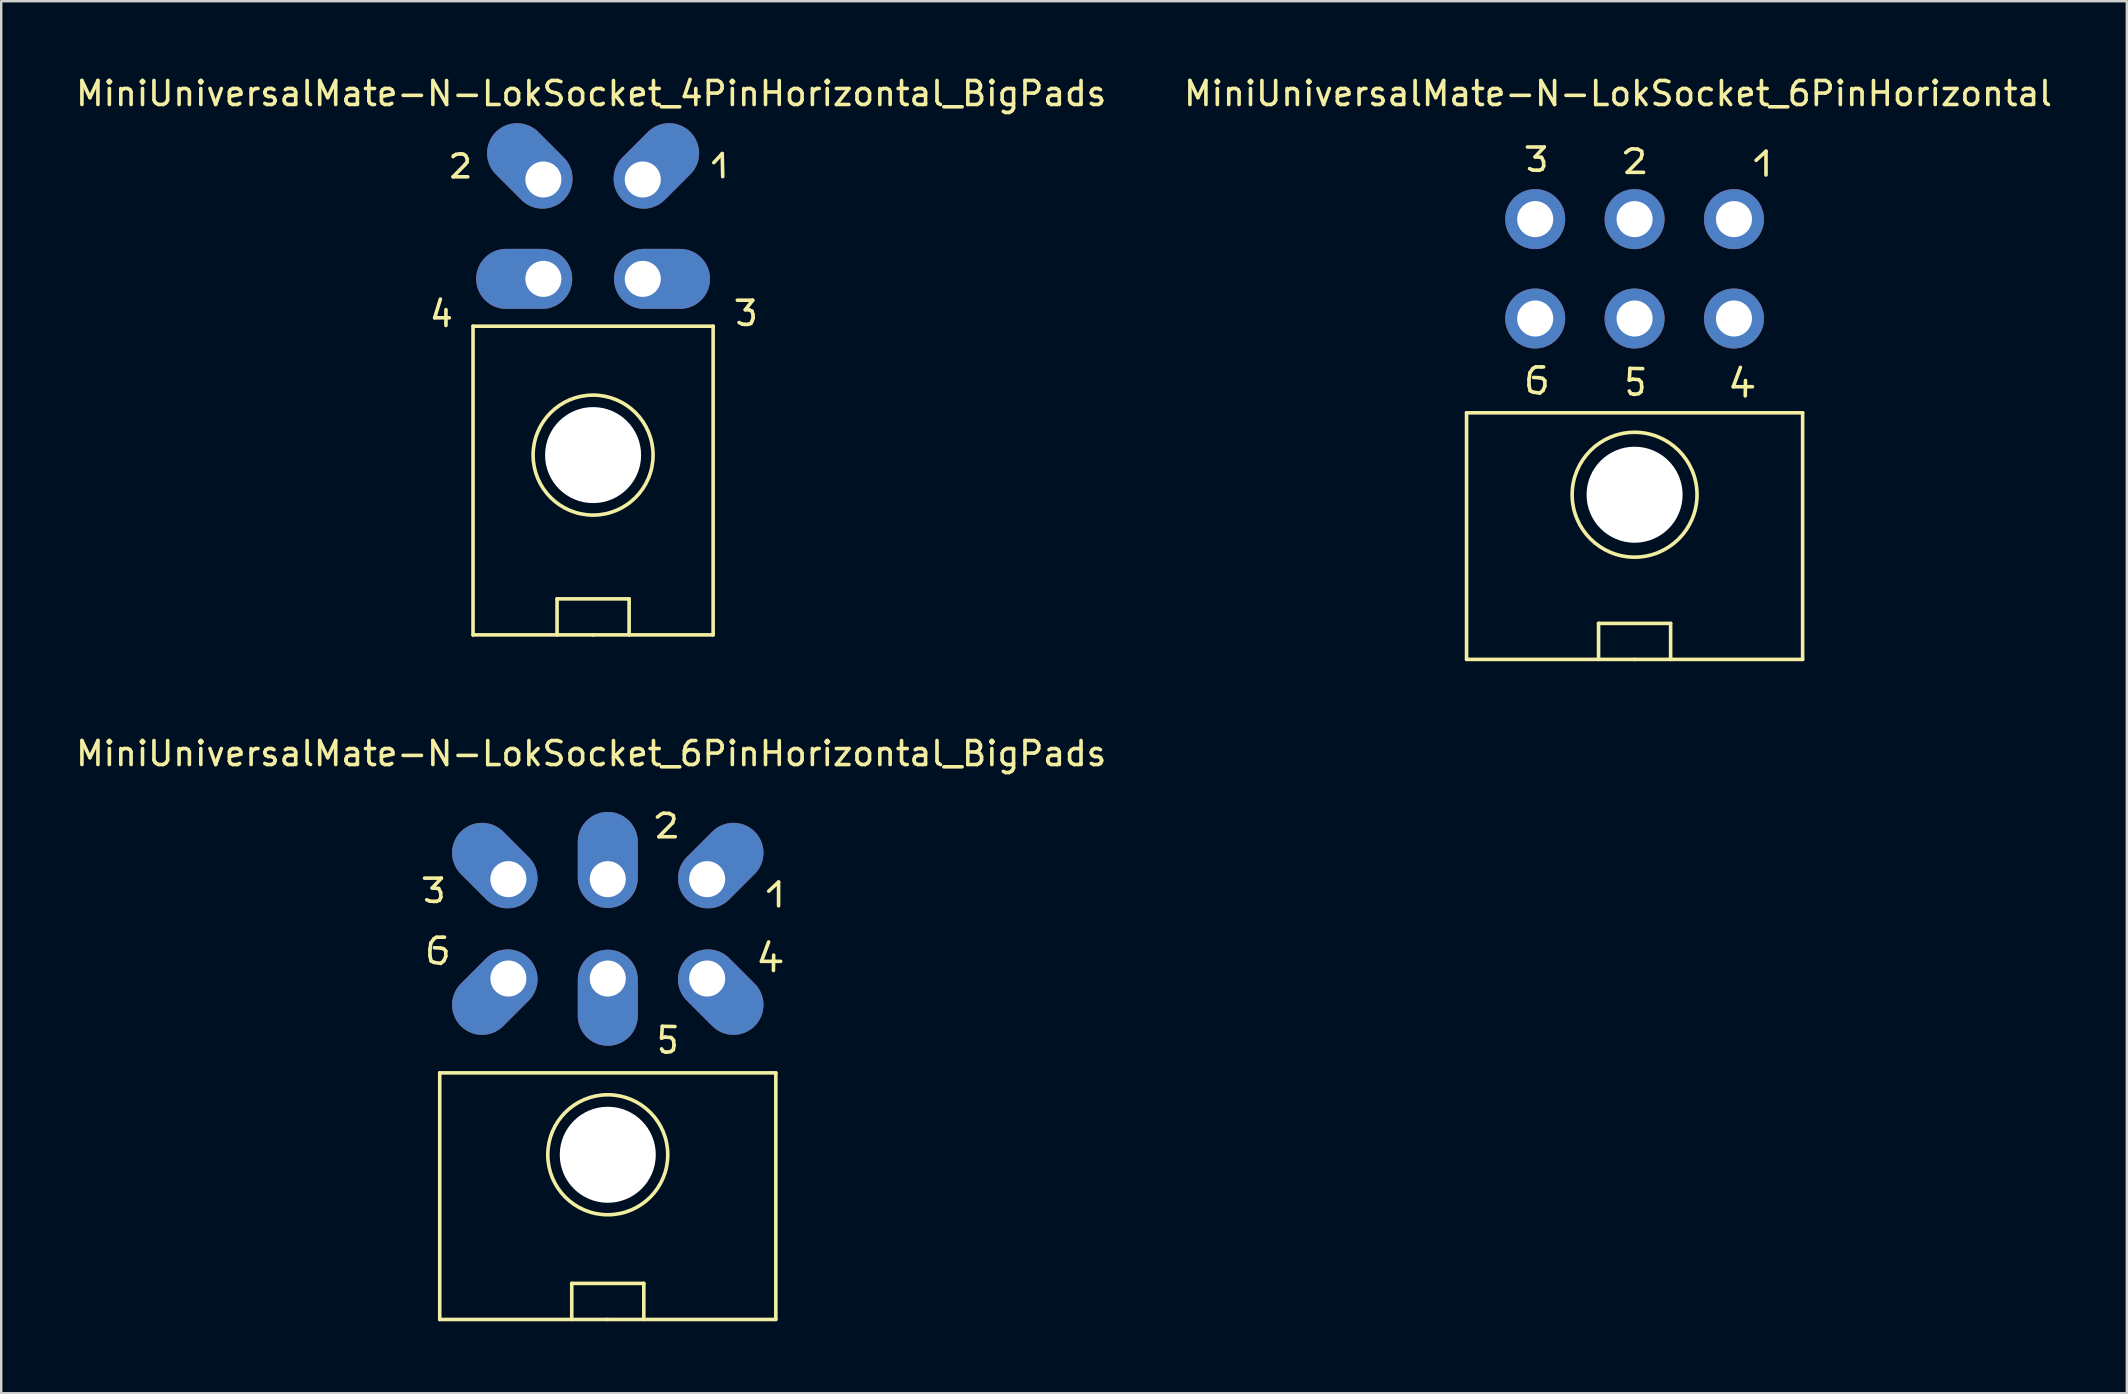
<source format=kicad_pcb>
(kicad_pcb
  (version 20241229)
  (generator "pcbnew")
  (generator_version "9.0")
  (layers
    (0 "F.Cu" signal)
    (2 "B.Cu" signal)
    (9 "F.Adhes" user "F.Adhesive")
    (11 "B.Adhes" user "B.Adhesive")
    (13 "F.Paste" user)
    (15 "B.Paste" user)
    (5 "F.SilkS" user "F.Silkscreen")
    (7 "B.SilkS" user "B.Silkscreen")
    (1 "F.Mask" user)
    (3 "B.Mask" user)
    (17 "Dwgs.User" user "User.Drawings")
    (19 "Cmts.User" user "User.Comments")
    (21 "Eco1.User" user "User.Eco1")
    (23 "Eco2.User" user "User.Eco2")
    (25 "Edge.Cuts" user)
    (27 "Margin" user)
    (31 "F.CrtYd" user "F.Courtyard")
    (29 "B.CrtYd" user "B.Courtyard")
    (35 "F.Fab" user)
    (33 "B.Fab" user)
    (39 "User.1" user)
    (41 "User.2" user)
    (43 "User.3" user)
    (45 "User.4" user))
  (footprint "MiniUniversalMate-N-LokSocket_6PinHorizontal"
    (layer "F.Cu")
    (at 65.042 8.148)
    (property "Reference" "MiniUniversalMate-N-LokSocket_6PinHorizontal" (at -0.691 -7.3 0) (layer "F.SilkS") (effects (font (size 1 1) (thickness 0.15))))
    (attr through_hole)
    (fp_line (start -7 5.999) (end 7 5.999) (stroke (width 0.15) (type solid)) (layer "F.SilkS"))
    (fp_line (start -7 16.271) (end -7 5.999) (stroke (width 0.15) (type solid)) (layer "F.SilkS"))
    (fp_line (start -4.465 -5.075) (end -3.764 -5.075) (stroke (width 0.15) (type solid)) (layer "F.SilkS"))
    (fp_line (start -4.399 4.597) (end -4.399 4.856) (stroke (width 0.15) (type solid)) (layer "F.SilkS"))
    (fp_line (start -4.399 4.856) (end -4.348 5.077) (stroke (width 0.15) (type solid)) (layer "F.SilkS"))
    (fp_line (start -4.359 4.326) (end -4.399 4.597) (stroke (width 0.15) (type solid)) (layer "F.SilkS"))
    (fp_line (start -4.348 5.077) (end -4.229 5.136) (stroke (width 0.15) (type solid)) (layer "F.SilkS"))
    (fp_line (start -4.244 -4.115) (end -4.374 -4.173) (stroke (width 0.15) (type solid)) (layer "F.SilkS"))
    (fp_line (start -4.229 4.148) (end -4.359 4.326) (stroke (width 0.15) (type solid)) (layer "F.SilkS"))
    (fp_line (start -4.229 5.136) (end -3.95 5.177) (stroke (width 0.15) (type solid)) (layer "F.SilkS"))
    (fp_line (start -4.145 -4.663) (end -3.876 -4.643) (stroke (width 0.15) (type solid)) (layer "F.SilkS"))
    (fp_line (start -4.12 4.087) (end -4.229 4.148) (stroke (width 0.15) (type solid)) (layer "F.SilkS"))
    (fp_line (start -4.074 -4.105) (end -4.244 -4.115) (stroke (width 0.15) (type solid)) (layer "F.SilkS"))
    (fp_line (start -3.965 -4.105) (end -4.074 -4.105) (stroke (width 0.15) (type solid)) (layer "F.SilkS"))
    (fp_line (start -3.96 4.536) (end -4.209 4.526) (stroke (width 0.15) (type solid)) (layer "F.SilkS"))
    (fp_line (start -3.95 5.177) (end -3.818 5.067) (stroke (width 0.15) (type solid)) (layer "F.SilkS"))
    (fp_line (start -3.889 4.087) (end -4.12 4.087) (stroke (width 0.15) (type solid)) (layer "F.SilkS"))
    (fp_line (start -3.876 -4.643) (end -3.795 -4.475) (stroke (width 0.15) (type solid)) (layer "F.SilkS"))
    (fp_line (start -3.846 -4.155) (end -3.965 -4.105) (stroke (width 0.15) (type solid)) (layer "F.SilkS"))
    (fp_line (start -3.828 4.567) (end -3.96 4.536) (stroke (width 0.15) (type solid)) (layer "F.SilkS"))
    (fp_line (start -3.818 5.067) (end -3.739 4.887) (stroke (width 0.15) (type solid)) (layer "F.SilkS"))
    (fp_line (start -3.795 -4.475) (end -3.785 -4.285) (stroke (width 0.15) (type solid)) (layer "F.SilkS"))
    (fp_line (start -3.79 4.087) (end -3.889 4.087) (stroke (width 0.15) (type solid)) (layer "F.SilkS"))
    (fp_line (start -3.785 -4.285) (end -3.846 -4.155) (stroke (width 0.15) (type solid)) (layer "F.SilkS"))
    (fp_line (start -3.764 -5.075) (end -4.145 -4.663) (stroke (width 0.15) (type solid)) (layer "F.SilkS"))
    (fp_line (start -3.739 4.666) (end -3.828 4.567) (stroke (width 0.15) (type solid)) (layer "F.SilkS"))
    (fp_line (start -3.739 4.887) (end -3.739 4.666) (stroke (width 0.15) (type solid)) (layer "F.SilkS"))
    (fp_line (start -1.501 14.77) (end -1.501 16.271) (stroke (width 0.15) (type solid)) (layer "F.SilkS"))
    (fp_line (start -0.368 -4.839) (end -0.229 -4.948) (stroke (width 0.15) (type solid)) (layer "F.SilkS"))
    (fp_line (start -0.307 -4.018) (end 0.373 -4.018) (stroke (width 0.15) (type solid)) (layer "F.SilkS"))
    (fp_line (start -0.229 -4.948) (end -0.117 -4.999) (stroke (width 0.15) (type solid)) (layer "F.SilkS"))
    (fp_line (start -0.221 4.638) (end -0.071 4.597) (stroke (width 0.15) (type solid)) (layer "F.SilkS"))
    (fp_line (start -0.191 4.148) (end -0.221 4.638) (stroke (width 0.15) (type solid)) (layer "F.SilkS"))
    (fp_line (start -0.163 5.189) (end -0.221 5.088) (stroke (width 0.15) (type solid)) (layer "F.SilkS"))
    (fp_line (start -0.117 -4.999) (end 0.122 -4.989) (stroke (width 0.15) (type solid)) (layer "F.SilkS"))
    (fp_line (start -0.071 4.597) (end 0.178 4.618) (stroke (width 0.15) (type solid)) (layer "F.SilkS"))
    (fp_line (start -0.061 5.22) (end -0.163 5.189) (stroke (width 0.15) (type solid)) (layer "F.SilkS"))
    (fp_line (start -0.003 5.23) (end -0.061 5.22) (stroke (width 0.15) (type solid)) (layer "F.SilkS"))
    (fp_line (start 0 16.271) (end -7 16.271) (stroke (width 0.15) (type solid)) (layer "F.SilkS"))
    (fp_line (start 0 16.271) (end 7 16.271) (stroke (width 0.15) (type solid)) (layer "F.SilkS"))
    (fp_line (start 0.122 -4.989) (end 0.292 -4.897) (stroke (width 0.15) (type solid)) (layer "F.SilkS"))
    (fp_line (start 0.168 5.199) (end -0.003 5.23) (stroke (width 0.15) (type solid)) (layer "F.SilkS"))
    (fp_line (start 0.178 4.618) (end 0.279 4.729) (stroke (width 0.15) (type solid)) (layer "F.SilkS"))
    (fp_line (start 0.262 -4.597) (end -0.307 -4.018) (stroke (width 0.15) (type solid)) (layer "F.SilkS"))
    (fp_line (start 0.269 5.118) (end 0.168 5.199) (stroke (width 0.15) (type solid)) (layer "F.SilkS"))
    (fp_line (start 0.279 4.729) (end 0.3 4.938) (stroke (width 0.15) (type solid)) (layer "F.SilkS"))
    (fp_line (start 0.292 -4.897) (end 0.312 -4.768) (stroke (width 0.15) (type solid)) (layer "F.SilkS"))
    (fp_line (start 0.3 4.938) (end 0.269 5.118) (stroke (width 0.15) (type solid)) (layer "F.SilkS"))
    (fp_line (start 0.312 -4.768) (end 0.262 -4.597) (stroke (width 0.15) (type solid)) (layer "F.SilkS"))
    (fp_line (start 0.338 4.158) (end -0.191 4.148) (stroke (width 0.15) (type solid)) (layer "F.SilkS"))
    (fp_line (start 1.501 14.77) (end -1.501 14.77) (stroke (width 0.15) (type solid)) (layer "F.SilkS"))
    (fp_line (start 1.501 16.271) (end 1.501 14.77) (stroke (width 0.15) (type solid)) (layer "F.SilkS"))
    (fp_line (start 4.11 4.912) (end 4.91 4.912) (stroke (width 0.15) (type solid)) (layer "F.SilkS"))
    (fp_line (start 4.409 4.105) (end 4.11 4.912) (stroke (width 0.15) (type solid)) (layer "F.SilkS"))
    (fp_line (start 4.61 5.293) (end 4.62 4.653) (stroke (width 0.15) (type solid)) (layer "F.SilkS"))
    (fp_line (start 5.062 -4.519) (end 5.474 -4.9) (stroke (width 0.15) (type solid)) (layer "F.SilkS"))
    (fp_line (start 5.474 -4.9) (end 5.474 -3.909) (stroke (width 0.15) (type solid)) (layer "F.SilkS"))
    (fp_line (start 7 5.999) (end 7 16.271) (stroke (width 0.15) (type solid)) (layer "F.SilkS"))
    (fp_circle (center 0 9.411) (end 2.601 9.401) (stroke (width 0.15) (type solid)) (fill no) (layer "F.SilkS"))
    (pad "" np_thru_hole circle (at 0 9.411) (size 4 4) (drill 4) (layers "*.Cu" "*.Mask"))
    (pad "1" thru_hole circle (at 4.14 -2.07) (size 2.499 2.499) (drill 1.501) (layers "*.Cu" "*.Mask"))
    (pad "2" thru_hole circle (at 0 -2.07) (size 2.499 2.499) (drill 1.501) (layers "*.Cu" "*.Mask"))
    (pad "3" thru_hole circle (at -4.14 -2.07) (size 2.499 2.499) (drill 1.501) (layers "*.Cu" "*.Mask"))
    (pad "4" thru_hole circle (at 4.14 2.07) (size 2.499 2.499) (drill 1.501) (layers "*.Cu" "*.Mask"))
    (pad "5" thru_hole circle (at 0 2.07) (size 2.499 2.499) (drill 1.501) (layers "*.Cu" "*.Mask"))
    (pad "6" thru_hole circle (at -4.14 2.07) (size 2.499 2.499) (drill 1.501) (layers "*.Cu" "*.Mask")))
  (footprint "MiniUniversalMate-N-LokSocket_6PinHorizontal_BigPads"
    (layer "F.Cu")
    (at 22.268 35.643)
    (property "Reference" "MiniUniversalMate-N-LokSocket_6PinHorizontal_BigPads" (at -0.691 -7.3 0) (layer "F.SilkS") (effects (font (size 1 1) (thickness 0.15))))
    (attr through_hole)
    (fp_line (start -7.633 -2.113) (end -6.932 -2.113) (stroke (width 0.15) (type solid)) (layer "F.SilkS"))
    (fp_line (start -7.412 -1.153) (end -7.541 -1.212) (stroke (width 0.15) (type solid)) (layer "F.SilkS"))
    (fp_line (start -7.409 0.859) (end -7.409 1.118) (stroke (width 0.15) (type solid)) (layer "F.SilkS"))
    (fp_line (start -7.409 1.118) (end -7.358 1.339) (stroke (width 0.15) (type solid)) (layer "F.SilkS"))
    (fp_line (start -7.369 0.587) (end -7.409 0.859) (stroke (width 0.15) (type solid)) (layer "F.SilkS"))
    (fp_line (start -7.358 1.339) (end -7.239 1.397) (stroke (width 0.15) (type solid)) (layer "F.SilkS"))
    (fp_line (start -7.313 -1.702) (end -7.043 -1.681) (stroke (width 0.15) (type solid)) (layer "F.SilkS"))
    (fp_line (start -7.242 -1.143) (end -7.412 -1.153) (stroke (width 0.15) (type solid)) (layer "F.SilkS"))
    (fp_line (start -7.239 0.409) (end -7.369 0.587) (stroke (width 0.15) (type solid)) (layer "F.SilkS"))
    (fp_line (start -7.239 1.397) (end -6.96 1.438) (stroke (width 0.15) (type solid)) (layer "F.SilkS"))
    (fp_line (start -7.132 -1.143) (end -7.242 -1.143) (stroke (width 0.15) (type solid)) (layer "F.SilkS"))
    (fp_line (start -7.13 0.348) (end -7.239 0.409) (stroke (width 0.15) (type solid)) (layer "F.SilkS"))
    (fp_line (start -7.043 -1.681) (end -6.962 -1.514) (stroke (width 0.15) (type solid)) (layer "F.SilkS"))
    (fp_line (start -7.013 -1.194) (end -7.132 -1.143) (stroke (width 0.15) (type solid)) (layer "F.SilkS"))
    (fp_line (start -7 5.999) (end 7 5.999) (stroke (width 0.15) (type solid)) (layer "F.SilkS"))
    (fp_line (start -7 16.271) (end -7 5.999) (stroke (width 0.15) (type solid)) (layer "F.SilkS"))
    (fp_line (start -6.97 0.798) (end -7.219 0.787) (stroke (width 0.15) (type solid)) (layer "F.SilkS"))
    (fp_line (start -6.962 -1.514) (end -6.952 -1.323) (stroke (width 0.15) (type solid)) (layer "F.SilkS"))
    (fp_line (start -6.96 1.438) (end -6.828 1.328) (stroke (width 0.15) (type solid)) (layer "F.SilkS"))
    (fp_line (start -6.952 -1.323) (end -7.013 -1.194) (stroke (width 0.15) (type solid)) (layer "F.SilkS"))
    (fp_line (start -6.932 -2.113) (end -7.313 -1.702) (stroke (width 0.15) (type solid)) (layer "F.SilkS"))
    (fp_line (start -6.899 0.348) (end -7.13 0.348) (stroke (width 0.15) (type solid)) (layer "F.SilkS"))
    (fp_line (start -6.838 0.828) (end -6.97 0.798) (stroke (width 0.15) (type solid)) (layer "F.SilkS"))
    (fp_line (start -6.828 1.328) (end -6.749 1.148) (stroke (width 0.15) (type solid)) (layer "F.SilkS"))
    (fp_line (start -6.8 0.348) (end -6.899 0.348) (stroke (width 0.15) (type solid)) (layer "F.SilkS"))
    (fp_line (start -6.749 0.927) (end -6.838 0.828) (stroke (width 0.15) (type solid)) (layer "F.SilkS"))
    (fp_line (start -6.749 1.148) (end -6.749 0.927) (stroke (width 0.15) (type solid)) (layer "F.SilkS"))
    (fp_line (start -1.501 14.77) (end -1.501 16.271) (stroke (width 0.15) (type solid)) (layer "F.SilkS"))
    (fp_line (start 0 16.271) (end -7 16.271) (stroke (width 0.15) (type solid)) (layer "F.SilkS"))
    (fp_line (start 0 16.271) (end 7 16.271) (stroke (width 0.15) (type solid)) (layer "F.SilkS"))
    (fp_line (start 1.501 14.77) (end -1.501 14.77) (stroke (width 0.15) (type solid)) (layer "F.SilkS"))
    (fp_line (start 1.501 16.271) (end 1.501 14.77) (stroke (width 0.15) (type solid)) (layer "F.SilkS"))
    (fp_line (start 2.07 -4.658) (end 2.21 -4.768) (stroke (width 0.15) (type solid)) (layer "F.SilkS"))
    (fp_line (start 2.131 -3.838) (end 2.812 -3.838) (stroke (width 0.15) (type solid)) (layer "F.SilkS"))
    (fp_line (start 2.21 -4.768) (end 2.322 -4.818) (stroke (width 0.15) (type solid)) (layer "F.SilkS"))
    (fp_line (start 2.24 4.549) (end 2.39 4.508) (stroke (width 0.15) (type solid)) (layer "F.SilkS"))
    (fp_line (start 2.271 4.059) (end 2.24 4.549) (stroke (width 0.15) (type solid)) (layer "F.SilkS"))
    (fp_line (start 2.299 5.1) (end 2.24 4.999) (stroke (width 0.15) (type solid)) (layer "F.SilkS"))
    (fp_line (start 2.322 -4.818) (end 2.56 -4.808) (stroke (width 0.15) (type solid)) (layer "F.SilkS"))
    (fp_line (start 2.39 4.508) (end 2.639 4.529) (stroke (width 0.15) (type solid)) (layer "F.SilkS"))
    (fp_line (start 2.4 5.131) (end 2.299 5.1) (stroke (width 0.15) (type solid)) (layer "F.SilkS"))
    (fp_line (start 2.459 5.141) (end 2.4 5.131) (stroke (width 0.15) (type solid)) (layer "F.SilkS"))
    (fp_line (start 2.56 -4.808) (end 2.731 -4.717) (stroke (width 0.15) (type solid)) (layer "F.SilkS"))
    (fp_line (start 2.629 5.11) (end 2.459 5.141) (stroke (width 0.15) (type solid)) (layer "F.SilkS"))
    (fp_line (start 2.639 4.529) (end 2.741 4.641) (stroke (width 0.15) (type solid)) (layer "F.SilkS"))
    (fp_line (start 2.7 -4.417) (end 2.131 -3.838) (stroke (width 0.15) (type solid)) (layer "F.SilkS"))
    (fp_line (start 2.731 -4.717) (end 2.751 -4.587) (stroke (width 0.15) (type solid)) (layer "F.SilkS"))
    (fp_line (start 2.731 5.029) (end 2.629 5.11) (stroke (width 0.15) (type solid)) (layer "F.SilkS"))
    (fp_line (start 2.741 4.641) (end 2.761 4.849) (stroke (width 0.15) (type solid)) (layer "F.SilkS"))
    (fp_line (start 2.751 -4.587) (end 2.7 -4.417) (stroke (width 0.15) (type solid)) (layer "F.SilkS"))
    (fp_line (start 2.761 4.849) (end 2.731 5.029) (stroke (width 0.15) (type solid)) (layer "F.SilkS"))
    (fp_line (start 2.799 4.069) (end 2.271 4.059) (stroke (width 0.15) (type solid)) (layer "F.SilkS"))
    (fp_line (start 6.401 1.354) (end 7.201 1.354) (stroke (width 0.15) (type solid)) (layer "F.SilkS"))
    (fp_line (start 6.701 0.546) (end 6.401 1.354) (stroke (width 0.15) (type solid)) (layer "F.SilkS"))
    (fp_line (start 6.703 -1.57) (end 7.115 -1.951) (stroke (width 0.15) (type solid)) (layer "F.SilkS"))
    (fp_line (start 6.901 1.735) (end 6.911 1.095) (stroke (width 0.15) (type solid)) (layer "F.SilkS"))
    (fp_line (start 7 5.999) (end 7 16.271) (stroke (width 0.15) (type solid)) (layer "F.SilkS"))
    (fp_line (start 7.115 -1.951) (end 7.115 -0.96) (stroke (width 0.15) (type solid)) (layer "F.SilkS"))
    (fp_circle (center 0 9.411) (end 2.499 9.411) (stroke (width 0.15) (type solid)) (fill no) (layer "F.SilkS"))
    (pad "" np_thru_hole circle (at 0 9.411) (size 4 4) (drill 4) (layers "*.Cu" "*.Mask"))
    (pad "1" thru_hole oval (at 4.14 -2.07 45) (size 4 2.499) (drill 1.501 (offset 0.8 0)) (layers "*.Cu" "*.Mask"))
    (pad "2" thru_hole oval (at 0 -2.07 90) (size 4 2.499) (drill 1.501 (offset 0.8 0)) (layers "*.Cu" "*.Mask"))
    (pad "3" thru_hole oval (at -4.14 -2.07 315) (size 4 2.499) (drill 1.501 (offset -0.8 0)) (layers "*.Cu" "*.Mask"))
    (pad "4" thru_hole oval (at 4.14 2.07 315) (size 4 2.499) (drill 1.501 (offset 0.8 0)) (layers "*.Cu" "*.Mask"))
    (pad "5" thru_hole oval (at 0 2.07 90) (size 4 2.499) (drill 1.501 (offset -0.8 0)) (layers "*.Cu" "*.Mask"))
    (pad "6" thru_hole oval (at -4.14 2.07 45) (size 4 2.499) (drill 1.501 (offset -0.8 0)) (layers "*.Cu" "*.Mask")))
  (footprint "MiniUniversalMate-N-LokSocket_4PinHorizontal_BigPads"
    (layer "F.Cu")
    (at 21.656 6.497)
    (property "Reference" "MiniUniversalMate-N-LokSocket_4PinHorizontal_BigPads" (at -0.079 -5.649 0) (layer "F.SilkS") (effects (font (size 1 1) (thickness 0.15))))
    (attr through_hole)
    (fp_line (start -6.599 3.691) (end -5.989 3.691) (stroke (width 0.15) (type solid)) (layer "F.SilkS"))
    (fp_line (start -6.36 2.911) (end -6.599 3.691) (stroke (width 0.15) (type solid)) (layer "F.SilkS"))
    (fp_line (start -6.129 3.35) (end -6.129 4.011) (stroke (width 0.15) (type solid)) (layer "F.SilkS"))
    (fp_line (start -5.832 -3.023) (end -5.801 -3.063) (stroke (width 0.15) (type solid)) (layer "F.SilkS"))
    (fp_line (start -5.832 -2.182) (end -5.22 -2.182) (stroke (width 0.15) (type solid)) (layer "F.SilkS"))
    (fp_line (start -5.801 -3.063) (end -5.71 -3.114) (stroke (width 0.15) (type solid)) (layer "F.SilkS"))
    (fp_line (start -5.71 -3.114) (end -5.532 -3.142) (stroke (width 0.15) (type solid)) (layer "F.SilkS"))
    (fp_line (start -5.532 -3.142) (end -5.4 -3.122) (stroke (width 0.15) (type solid)) (layer "F.SilkS"))
    (fp_line (start -5.4 -3.122) (end -5.311 -3.063) (stroke (width 0.15) (type solid)) (layer "F.SilkS"))
    (fp_line (start -5.342 -2.682) (end -5.832 -2.182) (stroke (width 0.15) (type solid)) (layer "F.SilkS"))
    (fp_line (start -5.311 -3.063) (end -5.24 -2.924) (stroke (width 0.15) (type solid)) (layer "F.SilkS"))
    (fp_line (start -5.25 -2.794) (end -5.342 -2.682) (stroke (width 0.15) (type solid)) (layer "F.SilkS"))
    (fp_line (start -5.24 -2.924) (end -5.25 -2.794) (stroke (width 0.15) (type solid)) (layer "F.SilkS"))
    (fp_line (start -5.001 4.041) (end 5.001 4.041) (stroke (width 0.15) (type solid)) (layer "F.SilkS"))
    (fp_line (start -5.001 16.901) (end -5.001 4.041) (stroke (width 0.15) (type solid)) (layer "F.SilkS"))
    (fp_line (start -1.501 15.4) (end -1.501 16.901) (stroke (width 0.15) (type solid)) (layer "F.SilkS"))
    (fp_line (start 0 16.901) (end -5.001 16.901) (stroke (width 0.15) (type solid)) (layer "F.SilkS"))
    (fp_line (start 0 16.901) (end 5.001 16.901) (stroke (width 0.15) (type solid)) (layer "F.SilkS"))
    (fp_line (start 1.501 15.4) (end -1.501 15.4) (stroke (width 0.15) (type solid)) (layer "F.SilkS"))
    (fp_line (start 1.501 16.901) (end 1.501 15.4) (stroke (width 0.15) (type solid)) (layer "F.SilkS"))
    (fp_line (start 5.001 4.041) (end 5.001 16.901) (stroke (width 0.15) (type solid)) (layer "F.SilkS"))
    (fp_line (start 5.029 -2.771) (end 5.38 -3.15) (stroke (width 0.15) (type solid)) (layer "F.SilkS"))
    (fp_line (start 5.38 -3.15) (end 5.4 -2.189) (stroke (width 0.15) (type solid)) (layer "F.SilkS"))
    (fp_line (start 6.01 2.959) (end 6.65 2.959) (stroke (width 0.15) (type solid)) (layer "F.SilkS"))
    (fp_line (start 6.22 3.957) (end 6.081 3.889) (stroke (width 0.15) (type solid)) (layer "F.SilkS"))
    (fp_line (start 6.32 3.967) (end 6.22 3.957) (stroke (width 0.15) (type solid)) (layer "F.SilkS"))
    (fp_line (start 6.34 3.358) (end 6.5 3.358) (stroke (width 0.15) (type solid)) (layer "F.SilkS"))
    (fp_line (start 6.439 3.967) (end 6.32 3.967) (stroke (width 0.15) (type solid)) (layer "F.SilkS"))
    (fp_line (start 6.5 3.358) (end 6.619 3.419) (stroke (width 0.15) (type solid)) (layer "F.SilkS"))
    (fp_line (start 6.571 3.929) (end 6.439 3.967) (stroke (width 0.15) (type solid)) (layer "F.SilkS"))
    (fp_line (start 6.619 3.419) (end 6.66 3.548) (stroke (width 0.15) (type solid)) (layer "F.SilkS"))
    (fp_line (start 6.629 3.818) (end 6.571 3.929) (stroke (width 0.15) (type solid)) (layer "F.SilkS"))
    (fp_line (start 6.65 2.959) (end 6.34 3.358) (stroke (width 0.15) (type solid)) (layer "F.SilkS"))
    (fp_line (start 6.66 3.548) (end 6.67 3.698) (stroke (width 0.15) (type solid)) (layer "F.SilkS"))
    (fp_line (start 6.67 3.698) (end 6.629 3.818) (stroke (width 0.15) (type solid)) (layer "F.SilkS"))
    (fp_circle (center 0 9.411) (end 2.499 9.411) (stroke (width 0.15) (type solid)) (fill no) (layer "F.SilkS"))
    (pad "" np_thru_hole circle (at 0 9.411 90) (size 4 4) (drill 4) (layers "*.Cu" "*.Mask"))
    (pad "1" thru_hole oval (at 2.07 -2.07 45) (size 4 2.499) (drill 1.501 (offset 0.8 0)) (layers "*.Cu" "*.Mask"))
    (pad "2" thru_hole oval (at -2.07 -2.07 315) (size 4 2.499) (drill 1.501 (offset -0.8 0)) (layers "*.Cu" "*.Mask"))
    (pad "3" thru_hole oval (at 2.07 2.07) (size 4 2.499) (drill 1.501 (offset 0.8 0)) (layers "*.Cu" "*.Mask"))
    (pad "4" thru_hole oval (at -2.07 2.07) (size 4 2.499) (drill 1.501 (offset -0.8 0)) (layers "*.Cu" "*.Mask")))
  (gr_rect
    (start -3 -3)
    (end 85.548 54.989)
    (stroke (width 0.1) (type default))
    (fill no)
    (layer "Edge.Cuts")))
</source>
